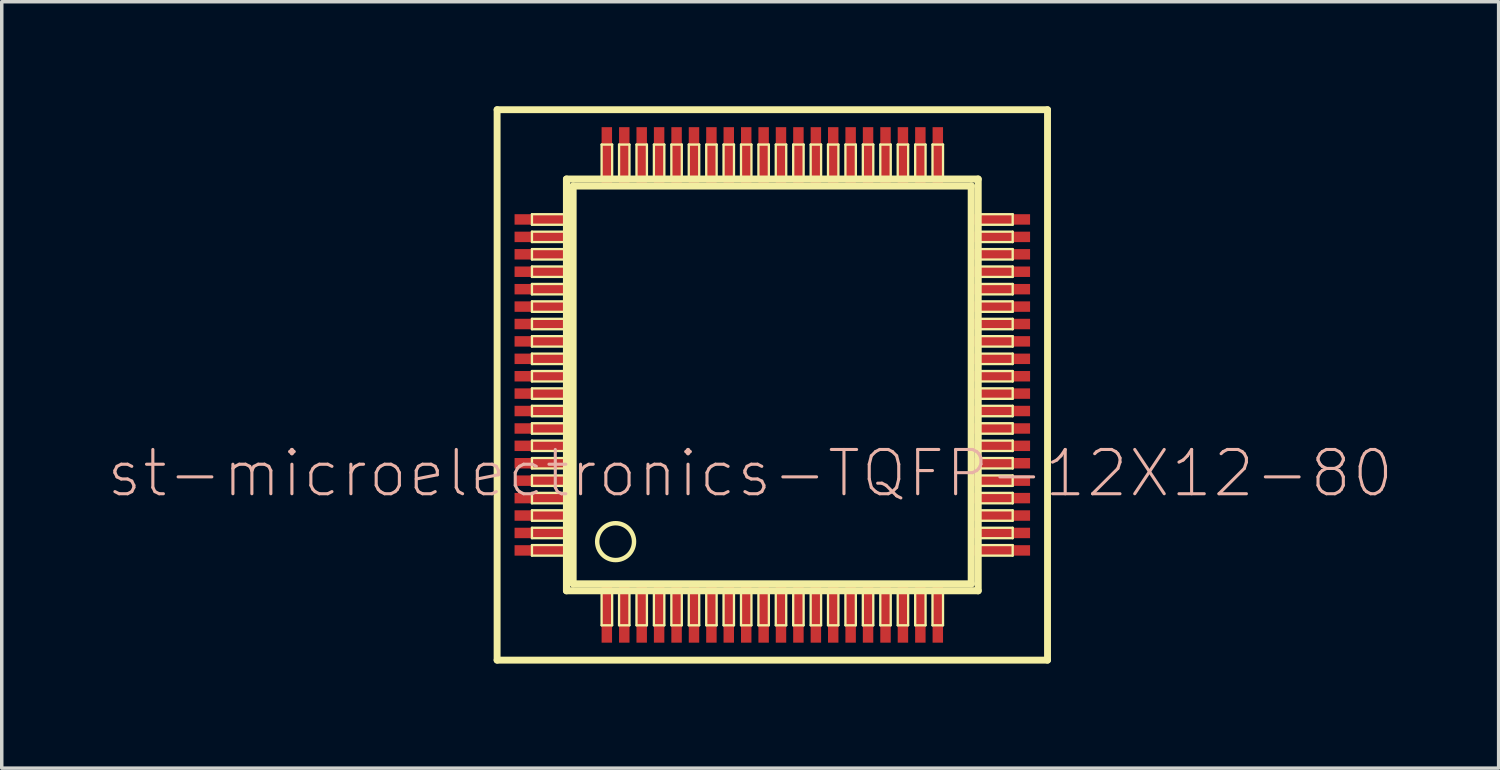
<source format=kicad_pcb>
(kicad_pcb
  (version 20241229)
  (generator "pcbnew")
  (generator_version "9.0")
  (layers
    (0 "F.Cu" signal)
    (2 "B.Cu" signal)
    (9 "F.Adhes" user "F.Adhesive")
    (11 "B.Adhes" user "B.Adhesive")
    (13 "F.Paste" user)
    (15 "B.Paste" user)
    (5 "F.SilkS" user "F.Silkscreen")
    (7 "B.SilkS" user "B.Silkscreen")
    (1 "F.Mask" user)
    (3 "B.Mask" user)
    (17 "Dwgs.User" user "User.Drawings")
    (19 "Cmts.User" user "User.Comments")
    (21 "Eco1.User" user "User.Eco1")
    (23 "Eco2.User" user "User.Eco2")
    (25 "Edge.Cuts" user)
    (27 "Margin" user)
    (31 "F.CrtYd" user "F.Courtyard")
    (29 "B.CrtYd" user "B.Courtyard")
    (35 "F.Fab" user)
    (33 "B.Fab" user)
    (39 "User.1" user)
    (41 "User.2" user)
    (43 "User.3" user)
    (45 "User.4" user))
  (footprint "st-microelectronics-TQFP-12X12-80"
    (layer "F.Cu")
    (at 19.117 7.998)
    (property "Reference" "st-microelectronics-TQFP-12X12-80" (at -0.635 2.54 0) (layer "B.SilkS") (effects (font (size 1.27 1.27) (thickness 0.089))))
    (attr smd)
    (fp_line (start -7.899 -7.899) (end 7.899 -7.899) (stroke (width 0.198) (type solid)) (layer "F.SilkS"))
    (fp_line (start -7.899 7.899) (end -7.899 -7.899) (stroke (width 0.198) (type solid)) (layer "F.SilkS"))
    (fp_line (start -6.899 -4.9) (end -5.949 -4.9) (stroke (width 0.066) (type solid)) (layer "F.SilkS"))
    (fp_line (start -6.899 -4.597) (end -6.899 -4.9) (stroke (width 0.066) (type solid)) (layer "F.SilkS"))
    (fp_line (start -6.899 -4.597) (end -5.949 -4.597) (stroke (width 0.066) (type solid)) (layer "F.SilkS"))
    (fp_line (start -6.899 -4.399) (end -5.949 -4.399) (stroke (width 0.066) (type solid)) (layer "F.SilkS"))
    (fp_line (start -6.899 -4.1) (end -6.899 -4.399) (stroke (width 0.066) (type solid)) (layer "F.SilkS"))
    (fp_line (start -6.899 -4.1) (end -5.949 -4.1) (stroke (width 0.066) (type solid)) (layer "F.SilkS"))
    (fp_line (start -6.899 -3.899) (end -5.949 -3.899) (stroke (width 0.066) (type solid)) (layer "F.SilkS"))
    (fp_line (start -6.899 -3.599) (end -6.899 -3.899) (stroke (width 0.066) (type solid)) (layer "F.SilkS"))
    (fp_line (start -6.899 -3.599) (end -5.949 -3.599) (stroke (width 0.066) (type solid)) (layer "F.SilkS"))
    (fp_line (start -6.899 -3.399) (end -5.949 -3.399) (stroke (width 0.066) (type solid)) (layer "F.SilkS"))
    (fp_line (start -6.899 -3.099) (end -6.899 -3.399) (stroke (width 0.066) (type solid)) (layer "F.SilkS"))
    (fp_line (start -6.899 -3.099) (end -5.949 -3.099) (stroke (width 0.066) (type solid)) (layer "F.SilkS"))
    (fp_line (start -6.899 -2.898) (end -5.949 -2.898) (stroke (width 0.066) (type solid)) (layer "F.SilkS"))
    (fp_line (start -6.899 -2.598) (end -6.899 -2.898) (stroke (width 0.066) (type solid)) (layer "F.SilkS"))
    (fp_line (start -6.899 -2.598) (end -5.949 -2.598) (stroke (width 0.066) (type solid)) (layer "F.SilkS"))
    (fp_line (start -6.899 -2.398) (end -5.949 -2.398) (stroke (width 0.066) (type solid)) (layer "F.SilkS"))
    (fp_line (start -6.899 -2.098) (end -6.899 -2.398) (stroke (width 0.066) (type solid)) (layer "F.SilkS"))
    (fp_line (start -6.899 -2.098) (end -5.949 -2.098) (stroke (width 0.066) (type solid)) (layer "F.SilkS"))
    (fp_line (start -6.899 -1.897) (end -5.949 -1.897) (stroke (width 0.066) (type solid)) (layer "F.SilkS"))
    (fp_line (start -6.899 -1.598) (end -6.899 -1.897) (stroke (width 0.066) (type solid)) (layer "F.SilkS"))
    (fp_line (start -6.899 -1.598) (end -5.949 -1.598) (stroke (width 0.066) (type solid)) (layer "F.SilkS"))
    (fp_line (start -6.899 -1.4) (end -5.949 -1.4) (stroke (width 0.066) (type solid)) (layer "F.SilkS"))
    (fp_line (start -6.899 -1.1) (end -6.899 -1.4) (stroke (width 0.066) (type solid)) (layer "F.SilkS"))
    (fp_line (start -6.899 -1.1) (end -5.949 -1.1) (stroke (width 0.066) (type solid)) (layer "F.SilkS"))
    (fp_line (start -6.899 -0.899) (end -5.949 -0.899) (stroke (width 0.066) (type solid)) (layer "F.SilkS"))
    (fp_line (start -6.899 -0.599) (end -6.899 -0.899) (stroke (width 0.066) (type solid)) (layer "F.SilkS"))
    (fp_line (start -6.899 -0.599) (end -5.949 -0.599) (stroke (width 0.066) (type solid)) (layer "F.SilkS"))
    (fp_line (start -6.899 -0.399) (end -5.949 -0.399) (stroke (width 0.066) (type solid)) (layer "F.SilkS"))
    (fp_line (start -6.899 -0.099) (end -6.899 -0.399) (stroke (width 0.066) (type solid)) (layer "F.SilkS"))
    (fp_line (start -6.899 -0.099) (end -5.949 -0.099) (stroke (width 0.066) (type solid)) (layer "F.SilkS"))
    (fp_line (start -6.899 0.099) (end -5.949 0.099) (stroke (width 0.066) (type solid)) (layer "F.SilkS"))
    (fp_line (start -6.899 0.399) (end -6.899 0.099) (stroke (width 0.066) (type solid)) (layer "F.SilkS"))
    (fp_line (start -6.899 0.399) (end -5.949 0.399) (stroke (width 0.066) (type solid)) (layer "F.SilkS"))
    (fp_line (start -6.899 0.599) (end -5.949 0.599) (stroke (width 0.066) (type solid)) (layer "F.SilkS"))
    (fp_line (start -6.899 0.899) (end -6.899 0.599) (stroke (width 0.066) (type solid)) (layer "F.SilkS"))
    (fp_line (start -6.899 0.899) (end -5.949 0.899) (stroke (width 0.066) (type solid)) (layer "F.SilkS"))
    (fp_line (start -6.899 1.1) (end -5.949 1.1) (stroke (width 0.066) (type solid)) (layer "F.SilkS"))
    (fp_line (start -6.899 1.4) (end -6.899 1.1) (stroke (width 0.066) (type solid)) (layer "F.SilkS"))
    (fp_line (start -6.899 1.4) (end -5.949 1.4) (stroke (width 0.066) (type solid)) (layer "F.SilkS"))
    (fp_line (start -6.899 1.598) (end -5.949 1.598) (stroke (width 0.066) (type solid)) (layer "F.SilkS"))
    (fp_line (start -6.899 1.897) (end -6.899 1.598) (stroke (width 0.066) (type solid)) (layer "F.SilkS"))
    (fp_line (start -6.899 1.897) (end -5.949 1.897) (stroke (width 0.066) (type solid)) (layer "F.SilkS"))
    (fp_line (start -6.899 2.098) (end -5.949 2.098) (stroke (width 0.066) (type solid)) (layer "F.SilkS"))
    (fp_line (start -6.899 2.398) (end -6.899 2.098) (stroke (width 0.066) (type solid)) (layer "F.SilkS"))
    (fp_line (start -6.899 2.398) (end -5.949 2.398) (stroke (width 0.066) (type solid)) (layer "F.SilkS"))
    (fp_line (start -6.899 2.598) (end -5.949 2.598) (stroke (width 0.066) (type solid)) (layer "F.SilkS"))
    (fp_line (start -6.899 2.898) (end -6.899 2.598) (stroke (width 0.066) (type solid)) (layer "F.SilkS"))
    (fp_line (start -6.899 2.898) (end -5.949 2.898) (stroke (width 0.066) (type solid)) (layer "F.SilkS"))
    (fp_line (start -6.899 3.099) (end -5.949 3.099) (stroke (width 0.066) (type solid)) (layer "F.SilkS"))
    (fp_line (start -6.899 3.399) (end -6.899 3.099) (stroke (width 0.066) (type solid)) (layer "F.SilkS"))
    (fp_line (start -6.899 3.399) (end -5.949 3.399) (stroke (width 0.066) (type solid)) (layer "F.SilkS"))
    (fp_line (start -6.899 3.599) (end -5.949 3.599) (stroke (width 0.066) (type solid)) (layer "F.SilkS"))
    (fp_line (start -6.899 3.899) (end -6.899 3.599) (stroke (width 0.066) (type solid)) (layer "F.SilkS"))
    (fp_line (start -6.899 3.899) (end -5.949 3.899) (stroke (width 0.066) (type solid)) (layer "F.SilkS"))
    (fp_line (start -6.899 4.1) (end -5.949 4.1) (stroke (width 0.066) (type solid)) (layer "F.SilkS"))
    (fp_line (start -6.899 4.399) (end -6.899 4.1) (stroke (width 0.066) (type solid)) (layer "F.SilkS"))
    (fp_line (start -6.899 4.399) (end -5.949 4.399) (stroke (width 0.066) (type solid)) (layer "F.SilkS"))
    (fp_line (start -6.899 4.597) (end -5.949 4.597) (stroke (width 0.066) (type solid)) (layer "F.SilkS"))
    (fp_line (start -6.899 4.9) (end -6.899 4.597) (stroke (width 0.066) (type solid)) (layer "F.SilkS"))
    (fp_line (start -6.899 4.9) (end -5.949 4.9) (stroke (width 0.066) (type solid)) (layer "F.SilkS"))
    (fp_line (start -5.949 -4.597) (end -5.949 -4.9) (stroke (width 0.066) (type solid)) (layer "F.SilkS"))
    (fp_line (start -5.949 -4.1) (end -5.949 -4.399) (stroke (width 0.066) (type solid)) (layer "F.SilkS"))
    (fp_line (start -5.949 -3.599) (end -5.949 -3.899) (stroke (width 0.066) (type solid)) (layer "F.SilkS"))
    (fp_line (start -5.949 -3.099) (end -5.949 -3.399) (stroke (width 0.066) (type solid)) (layer "F.SilkS"))
    (fp_line (start -5.949 -2.598) (end -5.949 -2.898) (stroke (width 0.066) (type solid)) (layer "F.SilkS"))
    (fp_line (start -5.949 -2.098) (end -5.949 -2.398) (stroke (width 0.066) (type solid)) (layer "F.SilkS"))
    (fp_line (start -5.949 -1.598) (end -5.949 -1.897) (stroke (width 0.066) (type solid)) (layer "F.SilkS"))
    (fp_line (start -5.949 -1.1) (end -5.949 -1.4) (stroke (width 0.066) (type solid)) (layer "F.SilkS"))
    (fp_line (start -5.949 -0.599) (end -5.949 -0.899) (stroke (width 0.066) (type solid)) (layer "F.SilkS"))
    (fp_line (start -5.949 -0.099) (end -5.949 -0.399) (stroke (width 0.066) (type solid)) (layer "F.SilkS"))
    (fp_line (start -5.949 0.399) (end -5.949 0.099) (stroke (width 0.066) (type solid)) (layer "F.SilkS"))
    (fp_line (start -5.949 0.899) (end -5.949 0.599) (stroke (width 0.066) (type solid)) (layer "F.SilkS"))
    (fp_line (start -5.949 1.4) (end -5.949 1.1) (stroke (width 0.066) (type solid)) (layer "F.SilkS"))
    (fp_line (start -5.949 1.897) (end -5.949 1.598) (stroke (width 0.066) (type solid)) (layer "F.SilkS"))
    (fp_line (start -5.949 2.398) (end -5.949 2.098) (stroke (width 0.066) (type solid)) (layer "F.SilkS"))
    (fp_line (start -5.949 2.898) (end -5.949 2.598) (stroke (width 0.066) (type solid)) (layer "F.SilkS"))
    (fp_line (start -5.949 3.399) (end -5.949 3.099) (stroke (width 0.066) (type solid)) (layer "F.SilkS"))
    (fp_line (start -5.949 3.899) (end -5.949 3.599) (stroke (width 0.066) (type solid)) (layer "F.SilkS"))
    (fp_line (start -5.949 4.399) (end -5.949 4.1) (stroke (width 0.066) (type solid)) (layer "F.SilkS"))
    (fp_line (start -5.949 4.9) (end -5.949 4.597) (stroke (width 0.066) (type solid)) (layer "F.SilkS"))
    (fp_line (start -5.908 -5.908) (end -5.908 5.908) (stroke (width 0.203) (type solid)) (layer "F.SilkS"))
    (fp_line (start -5.908 5.908) (end 5.908 5.908) (stroke (width 0.203) (type solid)) (layer "F.SilkS"))
    (fp_line (start -5.718 -5.71) (end 5.71 -5.71) (stroke (width 0.203) (type solid)) (layer "F.SilkS"))
    (fp_line (start -5.718 5.71) (end -5.718 -5.71) (stroke (width 0.203) (type solid)) (layer "F.SilkS"))
    (fp_line (start -4.9 -6.899) (end -4.597 -6.899) (stroke (width 0.066) (type solid)) (layer "F.SilkS"))
    (fp_line (start -4.9 -5.949) (end -4.9 -6.899) (stroke (width 0.066) (type solid)) (layer "F.SilkS"))
    (fp_line (start -4.9 -5.949) (end -4.597 -5.949) (stroke (width 0.066) (type solid)) (layer "F.SilkS"))
    (fp_line (start -4.9 5.949) (end -4.597 5.949) (stroke (width 0.066) (type solid)) (layer "F.SilkS"))
    (fp_line (start -4.9 6.899) (end -4.9 5.949) (stroke (width 0.066) (type solid)) (layer "F.SilkS"))
    (fp_line (start -4.9 6.899) (end -4.597 6.899) (stroke (width 0.066) (type solid)) (layer "F.SilkS"))
    (fp_line (start -4.597 -5.949) (end -4.597 -6.899) (stroke (width 0.066) (type solid)) (layer "F.SilkS"))
    (fp_line (start -4.597 6.899) (end -4.597 5.949) (stroke (width 0.066) (type solid)) (layer "F.SilkS"))
    (fp_line (start -4.399 -6.899) (end -4.1 -6.899) (stroke (width 0.066) (type solid)) (layer "F.SilkS"))
    (fp_line (start -4.399 -5.949) (end -4.399 -6.899) (stroke (width 0.066) (type solid)) (layer "F.SilkS"))
    (fp_line (start -4.399 -5.949) (end -4.1 -5.949) (stroke (width 0.066) (type solid)) (layer "F.SilkS"))
    (fp_line (start -4.399 5.949) (end -4.1 5.949) (stroke (width 0.066) (type solid)) (layer "F.SilkS"))
    (fp_line (start -4.399 6.899) (end -4.399 5.949) (stroke (width 0.066) (type solid)) (layer "F.SilkS"))
    (fp_line (start -4.399 6.899) (end -4.1 6.899) (stroke (width 0.066) (type solid)) (layer "F.SilkS"))
    (fp_line (start -4.1 -5.949) (end -4.1 -6.899) (stroke (width 0.066) (type solid)) (layer "F.SilkS"))
    (fp_line (start -4.1 6.899) (end -4.1 5.949) (stroke (width 0.066) (type solid)) (layer "F.SilkS"))
    (fp_line (start -3.899 -6.899) (end -3.599 -6.899) (stroke (width 0.066) (type solid)) (layer "F.SilkS"))
    (fp_line (start -3.899 -5.949) (end -3.899 -6.899) (stroke (width 0.066) (type solid)) (layer "F.SilkS"))
    (fp_line (start -3.899 -5.949) (end -3.599 -5.949) (stroke (width 0.066) (type solid)) (layer "F.SilkS"))
    (fp_line (start -3.899 5.949) (end -3.599 5.949) (stroke (width 0.066) (type solid)) (layer "F.SilkS"))
    (fp_line (start -3.899 6.899) (end -3.899 5.949) (stroke (width 0.066) (type solid)) (layer "F.SilkS"))
    (fp_line (start -3.899 6.899) (end -3.599 6.899) (stroke (width 0.066) (type solid)) (layer "F.SilkS"))
    (fp_line (start -3.599 -5.949) (end -3.599 -6.899) (stroke (width 0.066) (type solid)) (layer "F.SilkS"))
    (fp_line (start -3.599 6.899) (end -3.599 5.949) (stroke (width 0.066) (type solid)) (layer "F.SilkS"))
    (fp_line (start -3.399 -6.899) (end -3.099 -6.899) (stroke (width 0.066) (type solid)) (layer "F.SilkS"))
    (fp_line (start -3.399 -5.949) (end -3.399 -6.899) (stroke (width 0.066) (type solid)) (layer "F.SilkS"))
    (fp_line (start -3.399 -5.949) (end -3.099 -5.949) (stroke (width 0.066) (type solid)) (layer "F.SilkS"))
    (fp_line (start -3.399 5.949) (end -3.099 5.949) (stroke (width 0.066) (type solid)) (layer "F.SilkS"))
    (fp_line (start -3.399 6.899) (end -3.399 5.949) (stroke (width 0.066) (type solid)) (layer "F.SilkS"))
    (fp_line (start -3.399 6.899) (end -3.099 6.899) (stroke (width 0.066) (type solid)) (layer "F.SilkS"))
    (fp_line (start -3.099 -5.949) (end -3.099 -6.899) (stroke (width 0.066) (type solid)) (layer "F.SilkS"))
    (fp_line (start -3.099 6.899) (end -3.099 5.949) (stroke (width 0.066) (type solid)) (layer "F.SilkS"))
    (fp_line (start -2.898 -6.899) (end -2.598 -6.899) (stroke (width 0.066) (type solid)) (layer "F.SilkS"))
    (fp_line (start -2.898 -5.949) (end -2.898 -6.899) (stroke (width 0.066) (type solid)) (layer "F.SilkS"))
    (fp_line (start -2.898 -5.949) (end -2.598 -5.949) (stroke (width 0.066) (type solid)) (layer "F.SilkS"))
    (fp_line (start -2.898 5.949) (end -2.598 5.949) (stroke (width 0.066) (type solid)) (layer "F.SilkS"))
    (fp_line (start -2.898 6.899) (end -2.898 5.949) (stroke (width 0.066) (type solid)) (layer "F.SilkS"))
    (fp_line (start -2.898 6.899) (end -2.598 6.899) (stroke (width 0.066) (type solid)) (layer "F.SilkS"))
    (fp_line (start -2.598 -5.949) (end -2.598 -6.899) (stroke (width 0.066) (type solid)) (layer "F.SilkS"))
    (fp_line (start -2.598 6.899) (end -2.598 5.949) (stroke (width 0.066) (type solid)) (layer "F.SilkS"))
    (fp_line (start -2.398 -6.899) (end -2.098 -6.899) (stroke (width 0.066) (type solid)) (layer "F.SilkS"))
    (fp_line (start -2.398 -5.949) (end -2.398 -6.899) (stroke (width 0.066) (type solid)) (layer "F.SilkS"))
    (fp_line (start -2.398 -5.949) (end -2.098 -5.949) (stroke (width 0.066) (type solid)) (layer "F.SilkS"))
    (fp_line (start -2.398 5.949) (end -2.098 5.949) (stroke (width 0.066) (type solid)) (layer "F.SilkS"))
    (fp_line (start -2.398 6.899) (end -2.398 5.949) (stroke (width 0.066) (type solid)) (layer "F.SilkS"))
    (fp_line (start -2.398 6.899) (end -2.098 6.899) (stroke (width 0.066) (type solid)) (layer "F.SilkS"))
    (fp_line (start -2.098 -5.949) (end -2.098 -6.899) (stroke (width 0.066) (type solid)) (layer "F.SilkS"))
    (fp_line (start -2.098 6.899) (end -2.098 5.949) (stroke (width 0.066) (type solid)) (layer "F.SilkS"))
    (fp_line (start -1.897 -6.899) (end -1.598 -6.899) (stroke (width 0.066) (type solid)) (layer "F.SilkS"))
    (fp_line (start -1.897 -5.949) (end -1.897 -6.899) (stroke (width 0.066) (type solid)) (layer "F.SilkS"))
    (fp_line (start -1.897 -5.949) (end -1.598 -5.949) (stroke (width 0.066) (type solid)) (layer "F.SilkS"))
    (fp_line (start -1.897 5.949) (end -1.598 5.949) (stroke (width 0.066) (type solid)) (layer "F.SilkS"))
    (fp_line (start -1.897 6.899) (end -1.897 5.949) (stroke (width 0.066) (type solid)) (layer "F.SilkS"))
    (fp_line (start -1.897 6.899) (end -1.598 6.899) (stroke (width 0.066) (type solid)) (layer "F.SilkS"))
    (fp_line (start -1.598 -5.949) (end -1.598 -6.899) (stroke (width 0.066) (type solid)) (layer "F.SilkS"))
    (fp_line (start -1.598 6.899) (end -1.598 5.949) (stroke (width 0.066) (type solid)) (layer "F.SilkS"))
    (fp_line (start -1.4 -6.899) (end -1.1 -6.899) (stroke (width 0.066) (type solid)) (layer "F.SilkS"))
    (fp_line (start -1.4 -5.949) (end -1.4 -6.899) (stroke (width 0.066) (type solid)) (layer "F.SilkS"))
    (fp_line (start -1.4 -5.949) (end -1.1 -5.949) (stroke (width 0.066) (type solid)) (layer "F.SilkS"))
    (fp_line (start -1.4 5.949) (end -1.1 5.949) (stroke (width 0.066) (type solid)) (layer "F.SilkS"))
    (fp_line (start -1.4 6.899) (end -1.4 5.949) (stroke (width 0.066) (type solid)) (layer "F.SilkS"))
    (fp_line (start -1.4 6.899) (end -1.1 6.899) (stroke (width 0.066) (type solid)) (layer "F.SilkS"))
    (fp_line (start -1.1 -5.949) (end -1.1 -6.899) (stroke (width 0.066) (type solid)) (layer "F.SilkS"))
    (fp_line (start -1.1 6.899) (end -1.1 5.949) (stroke (width 0.066) (type solid)) (layer "F.SilkS"))
    (fp_line (start -0.899 -6.899) (end -0.599 -6.899) (stroke (width 0.066) (type solid)) (layer "F.SilkS"))
    (fp_line (start -0.899 -5.949) (end -0.899 -6.899) (stroke (width 0.066) (type solid)) (layer "F.SilkS"))
    (fp_line (start -0.899 -5.949) (end -0.599 -5.949) (stroke (width 0.066) (type solid)) (layer "F.SilkS"))
    (fp_line (start -0.899 5.949) (end -0.599 5.949) (stroke (width 0.066) (type solid)) (layer "F.SilkS"))
    (fp_line (start -0.899 6.899) (end -0.899 5.949) (stroke (width 0.066) (type solid)) (layer "F.SilkS"))
    (fp_line (start -0.899 6.899) (end -0.599 6.899) (stroke (width 0.066) (type solid)) (layer "F.SilkS"))
    (fp_line (start -0.599 -5.949) (end -0.599 -6.899) (stroke (width 0.066) (type solid)) (layer "F.SilkS"))
    (fp_line (start -0.599 6.899) (end -0.599 5.949) (stroke (width 0.066) (type solid)) (layer "F.SilkS"))
    (fp_line (start -0.399 -6.899) (end -0.099 -6.899) (stroke (width 0.066) (type solid)) (layer "F.SilkS"))
    (fp_line (start -0.399 -5.949) (end -0.399 -6.899) (stroke (width 0.066) (type solid)) (layer "F.SilkS"))
    (fp_line (start -0.399 -5.949) (end -0.099 -5.949) (stroke (width 0.066) (type solid)) (layer "F.SilkS"))
    (fp_line (start -0.399 5.949) (end -0.099 5.949) (stroke (width 0.066) (type solid)) (layer "F.SilkS"))
    (fp_line (start -0.399 6.899) (end -0.399 5.949) (stroke (width 0.066) (type solid)) (layer "F.SilkS"))
    (fp_line (start -0.399 6.899) (end -0.099 6.899) (stroke (width 0.066) (type solid)) (layer "F.SilkS"))
    (fp_line (start -0.099 -5.949) (end -0.099 -6.899) (stroke (width 0.066) (type solid)) (layer "F.SilkS"))
    (fp_line (start -0.099 6.899) (end -0.099 5.949) (stroke (width 0.066) (type solid)) (layer "F.SilkS"))
    (fp_line (start 0.099 -6.899) (end 0.399 -6.899) (stroke (width 0.066) (type solid)) (layer "F.SilkS"))
    (fp_line (start 0.099 -5.949) (end 0.099 -6.899) (stroke (width 0.066) (type solid)) (layer "F.SilkS"))
    (fp_line (start 0.099 -5.949) (end 0.399 -5.949) (stroke (width 0.066) (type solid)) (layer "F.SilkS"))
    (fp_line (start 0.099 5.949) (end 0.399 5.949) (stroke (width 0.066) (type solid)) (layer "F.SilkS"))
    (fp_line (start 0.099 6.899) (end 0.099 5.949) (stroke (width 0.066) (type solid)) (layer "F.SilkS"))
    (fp_line (start 0.099 6.899) (end 0.399 6.899) (stroke (width 0.066) (type solid)) (layer "F.SilkS"))
    (fp_line (start 0.399 -5.949) (end 0.399 -6.899) (stroke (width 0.066) (type solid)) (layer "F.SilkS"))
    (fp_line (start 0.399 6.899) (end 0.399 5.949) (stroke (width 0.066) (type solid)) (layer "F.SilkS"))
    (fp_line (start 0.599 -6.899) (end 0.899 -6.899) (stroke (width 0.066) (type solid)) (layer "F.SilkS"))
    (fp_line (start 0.599 -5.949) (end 0.599 -6.899) (stroke (width 0.066) (type solid)) (layer "F.SilkS"))
    (fp_line (start 0.599 -5.949) (end 0.899 -5.949) (stroke (width 0.066) (type solid)) (layer "F.SilkS"))
    (fp_line (start 0.599 5.949) (end 0.899 5.949) (stroke (width 0.066) (type solid)) (layer "F.SilkS"))
    (fp_line (start 0.599 6.899) (end 0.599 5.949) (stroke (width 0.066) (type solid)) (layer "F.SilkS"))
    (fp_line (start 0.599 6.899) (end 0.899 6.899) (stroke (width 0.066) (type solid)) (layer "F.SilkS"))
    (fp_line (start 0.899 -5.949) (end 0.899 -6.899) (stroke (width 0.066) (type solid)) (layer "F.SilkS"))
    (fp_line (start 0.899 6.899) (end 0.899 5.949) (stroke (width 0.066) (type solid)) (layer "F.SilkS"))
    (fp_line (start 1.1 -6.899) (end 1.4 -6.899) (stroke (width 0.066) (type solid)) (layer "F.SilkS"))
    (fp_line (start 1.1 -5.949) (end 1.1 -6.899) (stroke (width 0.066) (type solid)) (layer "F.SilkS"))
    (fp_line (start 1.1 -5.949) (end 1.4 -5.949) (stroke (width 0.066) (type solid)) (layer "F.SilkS"))
    (fp_line (start 1.1 5.949) (end 1.4 5.949) (stroke (width 0.066) (type solid)) (layer "F.SilkS"))
    (fp_line (start 1.1 6.899) (end 1.1 5.949) (stroke (width 0.066) (type solid)) (layer "F.SilkS"))
    (fp_line (start 1.1 6.899) (end 1.4 6.899) (stroke (width 0.066) (type solid)) (layer "F.SilkS"))
    (fp_line (start 1.4 -5.949) (end 1.4 -6.899) (stroke (width 0.066) (type solid)) (layer "F.SilkS"))
    (fp_line (start 1.4 6.899) (end 1.4 5.949) (stroke (width 0.066) (type solid)) (layer "F.SilkS"))
    (fp_line (start 1.598 -6.899) (end 1.897 -6.899) (stroke (width 0.066) (type solid)) (layer "F.SilkS"))
    (fp_line (start 1.598 -5.949) (end 1.598 -6.899) (stroke (width 0.066) (type solid)) (layer "F.SilkS"))
    (fp_line (start 1.598 -5.949) (end 1.897 -5.949) (stroke (width 0.066) (type solid)) (layer "F.SilkS"))
    (fp_line (start 1.598 5.949) (end 1.897 5.949) (stroke (width 0.066) (type solid)) (layer "F.SilkS"))
    (fp_line (start 1.598 6.899) (end 1.598 5.949) (stroke (width 0.066) (type solid)) (layer "F.SilkS"))
    (fp_line (start 1.598 6.899) (end 1.897 6.899) (stroke (width 0.066) (type solid)) (layer "F.SilkS"))
    (fp_line (start 1.897 -5.949) (end 1.897 -6.899) (stroke (width 0.066) (type solid)) (layer "F.SilkS"))
    (fp_line (start 1.897 6.899) (end 1.897 5.949) (stroke (width 0.066) (type solid)) (layer "F.SilkS"))
    (fp_line (start 2.098 -6.899) (end 2.398 -6.899) (stroke (width 0.066) (type solid)) (layer "F.SilkS"))
    (fp_line (start 2.098 -5.949) (end 2.098 -6.899) (stroke (width 0.066) (type solid)) (layer "F.SilkS"))
    (fp_line (start 2.098 -5.949) (end 2.398 -5.949) (stroke (width 0.066) (type solid)) (layer "F.SilkS"))
    (fp_line (start 2.098 5.949) (end 2.398 5.949) (stroke (width 0.066) (type solid)) (layer "F.SilkS"))
    (fp_line (start 2.098 6.899) (end 2.098 5.949) (stroke (width 0.066) (type solid)) (layer "F.SilkS"))
    (fp_line (start 2.098 6.899) (end 2.398 6.899) (stroke (width 0.066) (type solid)) (layer "F.SilkS"))
    (fp_line (start 2.398 -5.949) (end 2.398 -6.899) (stroke (width 0.066) (type solid)) (layer "F.SilkS"))
    (fp_line (start 2.398 6.899) (end 2.398 5.949) (stroke (width 0.066) (type solid)) (layer "F.SilkS"))
    (fp_line (start 2.598 -6.899) (end 2.898 -6.899) (stroke (width 0.066) (type solid)) (layer "F.SilkS"))
    (fp_line (start 2.598 -5.949) (end 2.598 -6.899) (stroke (width 0.066) (type solid)) (layer "F.SilkS"))
    (fp_line (start 2.598 -5.949) (end 2.898 -5.949) (stroke (width 0.066) (type solid)) (layer "F.SilkS"))
    (fp_line (start 2.598 5.949) (end 2.898 5.949) (stroke (width 0.066) (type solid)) (layer "F.SilkS"))
    (fp_line (start 2.598 6.899) (end 2.598 5.949) (stroke (width 0.066) (type solid)) (layer "F.SilkS"))
    (fp_line (start 2.598 6.899) (end 2.898 6.899) (stroke (width 0.066) (type solid)) (layer "F.SilkS"))
    (fp_line (start 2.898 -5.949) (end 2.898 -6.899) (stroke (width 0.066) (type solid)) (layer "F.SilkS"))
    (fp_line (start 2.898 6.899) (end 2.898 5.949) (stroke (width 0.066) (type solid)) (layer "F.SilkS"))
    (fp_line (start 3.099 -6.899) (end 3.399 -6.899) (stroke (width 0.066) (type solid)) (layer "F.SilkS"))
    (fp_line (start 3.099 -5.949) (end 3.099 -6.899) (stroke (width 0.066) (type solid)) (layer "F.SilkS"))
    (fp_line (start 3.099 -5.949) (end 3.399 -5.949) (stroke (width 0.066) (type solid)) (layer "F.SilkS"))
    (fp_line (start 3.099 5.949) (end 3.399 5.949) (stroke (width 0.066) (type solid)) (layer "F.SilkS"))
    (fp_line (start 3.099 6.899) (end 3.099 5.949) (stroke (width 0.066) (type solid)) (layer "F.SilkS"))
    (fp_line (start 3.099 6.899) (end 3.399 6.899) (stroke (width 0.066) (type solid)) (layer "F.SilkS"))
    (fp_line (start 3.399 -5.949) (end 3.399 -6.899) (stroke (width 0.066) (type solid)) (layer "F.SilkS"))
    (fp_line (start 3.399 6.899) (end 3.399 5.949) (stroke (width 0.066) (type solid)) (layer "F.SilkS"))
    (fp_line (start 3.599 -6.899) (end 3.899 -6.899) (stroke (width 0.066) (type solid)) (layer "F.SilkS"))
    (fp_line (start 3.599 -5.949) (end 3.599 -6.899) (stroke (width 0.066) (type solid)) (layer "F.SilkS"))
    (fp_line (start 3.599 -5.949) (end 3.899 -5.949) (stroke (width 0.066) (type solid)) (layer "F.SilkS"))
    (fp_line (start 3.599 5.949) (end 3.899 5.949) (stroke (width 0.066) (type solid)) (layer "F.SilkS"))
    (fp_line (start 3.599 6.899) (end 3.599 5.949) (stroke (width 0.066) (type solid)) (layer "F.SilkS"))
    (fp_line (start 3.599 6.899) (end 3.899 6.899) (stroke (width 0.066) (type solid)) (layer "F.SilkS"))
    (fp_line (start 3.899 -5.949) (end 3.899 -6.899) (stroke (width 0.066) (type solid)) (layer "F.SilkS"))
    (fp_line (start 3.899 6.899) (end 3.899 5.949) (stroke (width 0.066) (type solid)) (layer "F.SilkS"))
    (fp_line (start 4.1 -6.899) (end 4.399 -6.899) (stroke (width 0.066) (type solid)) (layer "F.SilkS"))
    (fp_line (start 4.1 -5.949) (end 4.1 -6.899) (stroke (width 0.066) (type solid)) (layer "F.SilkS"))
    (fp_line (start 4.1 -5.949) (end 4.399 -5.949) (stroke (width 0.066) (type solid)) (layer "F.SilkS"))
    (fp_line (start 4.1 5.949) (end 4.399 5.949) (stroke (width 0.066) (type solid)) (layer "F.SilkS"))
    (fp_line (start 4.1 6.899) (end 4.1 5.949) (stroke (width 0.066) (type solid)) (layer "F.SilkS"))
    (fp_line (start 4.1 6.899) (end 4.399 6.899) (stroke (width 0.066) (type solid)) (layer "F.SilkS"))
    (fp_line (start 4.399 -5.949) (end 4.399 -6.899) (stroke (width 0.066) (type solid)) (layer "F.SilkS"))
    (fp_line (start 4.399 6.899) (end 4.399 5.949) (stroke (width 0.066) (type solid)) (layer "F.SilkS"))
    (fp_line (start 4.597 -6.899) (end 4.9 -6.899) (stroke (width 0.066) (type solid)) (layer "F.SilkS"))
    (fp_line (start 4.597 -5.949) (end 4.597 -6.899) (stroke (width 0.066) (type solid)) (layer "F.SilkS"))
    (fp_line (start 4.597 -5.949) (end 4.9 -5.949) (stroke (width 0.066) (type solid)) (layer "F.SilkS"))
    (fp_line (start 4.597 5.949) (end 4.9 5.949) (stroke (width 0.066) (type solid)) (layer "F.SilkS"))
    (fp_line (start 4.597 6.899) (end 4.597 5.949) (stroke (width 0.066) (type solid)) (layer "F.SilkS"))
    (fp_line (start 4.597 6.899) (end 4.9 6.899) (stroke (width 0.066) (type solid)) (layer "F.SilkS"))
    (fp_line (start 4.9 -5.949) (end 4.9 -6.899) (stroke (width 0.066) (type solid)) (layer "F.SilkS"))
    (fp_line (start 4.9 6.899) (end 4.9 5.949) (stroke (width 0.066) (type solid)) (layer "F.SilkS"))
    (fp_line (start 5.71 -5.71) (end 5.71 5.71) (stroke (width 0.203) (type solid)) (layer "F.SilkS"))
    (fp_line (start 5.71 5.71) (end -5.718 5.71) (stroke (width 0.203) (type solid)) (layer "F.SilkS"))
    (fp_line (start 5.908 -5.908) (end -5.908 -5.908) (stroke (width 0.203) (type solid)) (layer "F.SilkS"))
    (fp_line (start 5.908 5.908) (end 5.908 -5.908) (stroke (width 0.203) (type solid)) (layer "F.SilkS"))
    (fp_line (start 5.949 -4.9) (end 6.899 -4.9) (stroke (width 0.066) (type solid)) (layer "F.SilkS"))
    (fp_line (start 5.949 -4.597) (end 5.949 -4.9) (stroke (width 0.066) (type solid)) (layer "F.SilkS"))
    (fp_line (start 5.949 -4.597) (end 6.899 -4.597) (stroke (width 0.066) (type solid)) (layer "F.SilkS"))
    (fp_line (start 5.949 -4.399) (end 6.899 -4.399) (stroke (width 0.066) (type solid)) (layer "F.SilkS"))
    (fp_line (start 5.949 -4.1) (end 5.949 -4.399) (stroke (width 0.066) (type solid)) (layer "F.SilkS"))
    (fp_line (start 5.949 -4.1) (end 6.899 -4.1) (stroke (width 0.066) (type solid)) (layer "F.SilkS"))
    (fp_line (start 5.949 -3.899) (end 6.899 -3.899) (stroke (width 0.066) (type solid)) (layer "F.SilkS"))
    (fp_line (start 5.949 -3.599) (end 5.949 -3.899) (stroke (width 0.066) (type solid)) (layer "F.SilkS"))
    (fp_line (start 5.949 -3.599) (end 6.899 -3.599) (stroke (width 0.066) (type solid)) (layer "F.SilkS"))
    (fp_line (start 5.949 -3.399) (end 6.899 -3.399) (stroke (width 0.066) (type solid)) (layer "F.SilkS"))
    (fp_line (start 5.949 -3.099) (end 5.949 -3.399) (stroke (width 0.066) (type solid)) (layer "F.SilkS"))
    (fp_line (start 5.949 -3.099) (end 6.899 -3.099) (stroke (width 0.066) (type solid)) (layer "F.SilkS"))
    (fp_line (start 5.949 -2.898) (end 6.899 -2.898) (stroke (width 0.066) (type solid)) (layer "F.SilkS"))
    (fp_line (start 5.949 -2.598) (end 5.949 -2.898) (stroke (width 0.066) (type solid)) (layer "F.SilkS"))
    (fp_line (start 5.949 -2.598) (end 6.899 -2.598) (stroke (width 0.066) (type solid)) (layer "F.SilkS"))
    (fp_line (start 5.949 -2.398) (end 6.899 -2.398) (stroke (width 0.066) (type solid)) (layer "F.SilkS"))
    (fp_line (start 5.949 -2.098) (end 5.949 -2.398) (stroke (width 0.066) (type solid)) (layer "F.SilkS"))
    (fp_line (start 5.949 -2.098) (end 6.899 -2.098) (stroke (width 0.066) (type solid)) (layer "F.SilkS"))
    (fp_line (start 5.949 -1.897) (end 6.899 -1.897) (stroke (width 0.066) (type solid)) (layer "F.SilkS"))
    (fp_line (start 5.949 -1.598) (end 5.949 -1.897) (stroke (width 0.066) (type solid)) (layer "F.SilkS"))
    (fp_line (start 5.949 -1.598) (end 6.899 -1.598) (stroke (width 0.066) (type solid)) (layer "F.SilkS"))
    (fp_line (start 5.949 -1.4) (end 6.899 -1.4) (stroke (width 0.066) (type solid)) (layer "F.SilkS"))
    (fp_line (start 5.949 -1.1) (end 5.949 -1.4) (stroke (width 0.066) (type solid)) (layer "F.SilkS"))
    (fp_line (start 5.949 -1.1) (end 6.899 -1.1) (stroke (width 0.066) (type solid)) (layer "F.SilkS"))
    (fp_line (start 5.949 -0.899) (end 6.899 -0.899) (stroke (width 0.066) (type solid)) (layer "F.SilkS"))
    (fp_line (start 5.949 -0.599) (end 5.949 -0.899) (stroke (width 0.066) (type solid)) (layer "F.SilkS"))
    (fp_line (start 5.949 -0.599) (end 6.899 -0.599) (stroke (width 0.066) (type solid)) (layer "F.SilkS"))
    (fp_line (start 5.949 -0.399) (end 6.899 -0.399) (stroke (width 0.066) (type solid)) (layer "F.SilkS"))
    (fp_line (start 5.949 -0.099) (end 5.949 -0.399) (stroke (width 0.066) (type solid)) (layer "F.SilkS"))
    (fp_line (start 5.949 -0.099) (end 6.899 -0.099) (stroke (width 0.066) (type solid)) (layer "F.SilkS"))
    (fp_line (start 5.949 0.099) (end 6.899 0.099) (stroke (width 0.066) (type solid)) (layer "F.SilkS"))
    (fp_line (start 5.949 0.399) (end 5.949 0.099) (stroke (width 0.066) (type solid)) (layer "F.SilkS"))
    (fp_line (start 5.949 0.399) (end 6.899 0.399) (stroke (width 0.066) (type solid)) (layer "F.SilkS"))
    (fp_line (start 5.949 0.599) (end 6.899 0.599) (stroke (width 0.066) (type solid)) (layer "F.SilkS"))
    (fp_line (start 5.949 0.899) (end 5.949 0.599) (stroke (width 0.066) (type solid)) (layer "F.SilkS"))
    (fp_line (start 5.949 0.899) (end 6.899 0.899) (stroke (width 0.066) (type solid)) (layer "F.SilkS"))
    (fp_line (start 5.949 1.1) (end 6.899 1.1) (stroke (width 0.066) (type solid)) (layer "F.SilkS"))
    (fp_line (start 5.949 1.4) (end 5.949 1.1) (stroke (width 0.066) (type solid)) (layer "F.SilkS"))
    (fp_line (start 5.949 1.4) (end 6.899 1.4) (stroke (width 0.066) (type solid)) (layer "F.SilkS"))
    (fp_line (start 5.949 1.598) (end 6.899 1.598) (stroke (width 0.066) (type solid)) (layer "F.SilkS"))
    (fp_line (start 5.949 1.897) (end 5.949 1.598) (stroke (width 0.066) (type solid)) (layer "F.SilkS"))
    (fp_line (start 5.949 1.897) (end 6.899 1.897) (stroke (width 0.066) (type solid)) (layer "F.SilkS"))
    (fp_line (start 5.949 2.098) (end 6.899 2.098) (stroke (width 0.066) (type solid)) (layer "F.SilkS"))
    (fp_line (start 5.949 2.398) (end 5.949 2.098) (stroke (width 0.066) (type solid)) (layer "F.SilkS"))
    (fp_line (start 5.949 2.398) (end 6.899 2.398) (stroke (width 0.066) (type solid)) (layer "F.SilkS"))
    (fp_line (start 5.949 2.598) (end 6.899 2.598) (stroke (width 0.066) (type solid)) (layer "F.SilkS"))
    (fp_line (start 5.949 2.898) (end 5.949 2.598) (stroke (width 0.066) (type solid)) (layer "F.SilkS"))
    (fp_line (start 5.949 2.898) (end 6.899 2.898) (stroke (width 0.066) (type solid)) (layer "F.SilkS"))
    (fp_line (start 5.949 3.099) (end 6.899 3.099) (stroke (width 0.066) (type solid)) (layer "F.SilkS"))
    (fp_line (start 5.949 3.399) (end 5.949 3.099) (stroke (width 0.066) (type solid)) (layer "F.SilkS"))
    (fp_line (start 5.949 3.399) (end 6.899 3.399) (stroke (width 0.066) (type solid)) (layer "F.SilkS"))
    (fp_line (start 5.949 3.599) (end 6.899 3.599) (stroke (width 0.066) (type solid)) (layer "F.SilkS"))
    (fp_line (start 5.949 3.899) (end 5.949 3.599) (stroke (width 0.066) (type solid)) (layer "F.SilkS"))
    (fp_line (start 5.949 3.899) (end 6.899 3.899) (stroke (width 0.066) (type solid)) (layer "F.SilkS"))
    (fp_line (start 5.949 4.1) (end 6.899 4.1) (stroke (width 0.066) (type solid)) (layer "F.SilkS"))
    (fp_line (start 5.949 4.399) (end 5.949 4.1) (stroke (width 0.066) (type solid)) (layer "F.SilkS"))
    (fp_line (start 5.949 4.399) (end 6.899 4.399) (stroke (width 0.066) (type solid)) (layer "F.SilkS"))
    (fp_line (start 5.949 4.597) (end 6.899 4.597) (stroke (width 0.066) (type solid)) (layer "F.SilkS"))
    (fp_line (start 5.949 4.9) (end 5.949 4.597) (stroke (width 0.066) (type solid)) (layer "F.SilkS"))
    (fp_line (start 5.949 4.9) (end 6.899 4.9) (stroke (width 0.066) (type solid)) (layer "F.SilkS"))
    (fp_line (start 6.899 -4.597) (end 6.899 -4.9) (stroke (width 0.066) (type solid)) (layer "F.SilkS"))
    (fp_line (start 6.899 -4.1) (end 6.899 -4.399) (stroke (width 0.066) (type solid)) (layer "F.SilkS"))
    (fp_line (start 6.899 -3.599) (end 6.899 -3.899) (stroke (width 0.066) (type solid)) (layer "F.SilkS"))
    (fp_line (start 6.899 -3.099) (end 6.899 -3.399) (stroke (width 0.066) (type solid)) (layer "F.SilkS"))
    (fp_line (start 6.899 -2.598) (end 6.899 -2.898) (stroke (width 0.066) (type solid)) (layer "F.SilkS"))
    (fp_line (start 6.899 -2.098) (end 6.899 -2.398) (stroke (width 0.066) (type solid)) (layer "F.SilkS"))
    (fp_line (start 6.899 -1.598) (end 6.899 -1.897) (stroke (width 0.066) (type solid)) (layer "F.SilkS"))
    (fp_line (start 6.899 -1.1) (end 6.899 -1.4) (stroke (width 0.066) (type solid)) (layer "F.SilkS"))
    (fp_line (start 6.899 -0.599) (end 6.899 -0.899) (stroke (width 0.066) (type solid)) (layer "F.SilkS"))
    (fp_line (start 6.899 -0.099) (end 6.899 -0.399) (stroke (width 0.066) (type solid)) (layer "F.SilkS"))
    (fp_line (start 6.899 0.399) (end 6.899 0.099) (stroke (width 0.066) (type solid)) (layer "F.SilkS"))
    (fp_line (start 6.899 0.899) (end 6.899 0.599) (stroke (width 0.066) (type solid)) (layer "F.SilkS"))
    (fp_line (start 6.899 1.4) (end 6.899 1.1) (stroke (width 0.066) (type solid)) (layer "F.SilkS"))
    (fp_line (start 6.899 1.897) (end 6.899 1.598) (stroke (width 0.066) (type solid)) (layer "F.SilkS"))
    (fp_line (start 6.899 2.398) (end 6.899 2.098) (stroke (width 0.066) (type solid)) (layer "F.SilkS"))
    (fp_line (start 6.899 2.898) (end 6.899 2.598) (stroke (width 0.066) (type solid)) (layer "F.SilkS"))
    (fp_line (start 6.899 3.399) (end 6.899 3.099) (stroke (width 0.066) (type solid)) (layer "F.SilkS"))
    (fp_line (start 6.899 3.899) (end 6.899 3.599) (stroke (width 0.066) (type solid)) (layer "F.SilkS"))
    (fp_line (start 6.899 4.399) (end 6.899 4.1) (stroke (width 0.066) (type solid)) (layer "F.SilkS"))
    (fp_line (start 6.899 4.9) (end 6.899 4.597) (stroke (width 0.066) (type solid)) (layer "F.SilkS"))
    (fp_line (start 7.899 -7.899) (end 7.899 7.899) (stroke (width 0.198) (type solid)) (layer "F.SilkS"))
    (fp_line (start 7.899 7.899) (end -7.899 7.899) (stroke (width 0.198) (type solid)) (layer "F.SilkS"))
    (fp_circle (center -4.498 4.498) (end -4.872 4.872) (stroke (width 0.127) (type solid)) (fill no) (layer "F.SilkS"))
    (pad "1" smd rect (at -4.75 6.599) (size 0.3 1.598) (layers "F.Cu" "F.Mask" "F.Paste"))
    (pad "2" smd rect (at -4.249 6.599) (size 0.3 1.598) (layers "F.Cu" "F.Mask" "F.Paste"))
    (pad "3" smd rect (at -3.749 6.599) (size 0.3 1.598) (layers "F.Cu" "F.Mask" "F.Paste"))
    (pad "4" smd rect (at -3.249 6.599) (size 0.3 1.598) (layers "F.Cu" "F.Mask" "F.Paste"))
    (pad "5" smd rect (at -2.748 6.599) (size 0.3 1.598) (layers "F.Cu" "F.Mask" "F.Paste"))
    (pad "6" smd rect (at -2.248 6.599) (size 0.3 1.598) (layers "F.Cu" "F.Mask" "F.Paste"))
    (pad "7" smd rect (at -1.748 6.599) (size 0.3 1.598) (layers "F.Cu" "F.Mask" "F.Paste"))
    (pad "8" smd rect (at -1.25 6.599) (size 0.3 1.598) (layers "F.Cu" "F.Mask" "F.Paste"))
    (pad "9" smd rect (at -0.749 6.599) (size 0.3 1.598) (layers "F.Cu" "F.Mask" "F.Paste"))
    (pad "10" smd rect (at -0.249 6.599) (size 0.3 1.598) (layers "F.Cu" "F.Mask" "F.Paste"))
    (pad "11" smd rect (at 0.249 6.599) (size 0.3 1.598) (layers "F.Cu" "F.Mask" "F.Paste"))
    (pad "12" smd rect (at 0.749 6.599) (size 0.3 1.598) (layers "F.Cu" "F.Mask" "F.Paste"))
    (pad "13" smd rect (at 1.25 6.599) (size 0.3 1.598) (layers "F.Cu" "F.Mask" "F.Paste"))
    (pad "14" smd rect (at 1.748 6.599) (size 0.3 1.598) (layers "F.Cu" "F.Mask" "F.Paste"))
    (pad "15" smd rect (at 2.248 6.599) (size 0.3 1.598) (layers "F.Cu" "F.Mask" "F.Paste"))
    (pad "16" smd rect (at 2.748 6.599) (size 0.3 1.598) (layers "F.Cu" "F.Mask" "F.Paste"))
    (pad "17" smd rect (at 3.249 6.599) (size 0.3 1.598) (layers "F.Cu" "F.Mask" "F.Paste"))
    (pad "18" smd rect (at 3.749 6.599) (size 0.3 1.598) (layers "F.Cu" "F.Mask" "F.Paste"))
    (pad "19" smd rect (at 4.249 6.599) (size 0.3 1.598) (layers "F.Cu" "F.Mask" "F.Paste"))
    (pad "20" smd rect (at 4.75 6.599) (size 0.3 1.598) (layers "F.Cu" "F.Mask" "F.Paste"))
    (pad "21" smd rect (at 6.599 4.75) (size 1.598 0.3) (layers "F.Cu" "F.Mask" "F.Paste"))
    (pad "22" smd rect (at 6.599 4.249) (size 1.598 0.3) (layers "F.Cu" "F.Mask" "F.Paste"))
    (pad "23" smd rect (at 6.599 3.749) (size 1.598 0.3) (layers "F.Cu" "F.Mask" "F.Paste"))
    (pad "24" smd rect (at 6.599 3.249) (size 1.598 0.3) (layers "F.Cu" "F.Mask" "F.Paste"))
    (pad "25" smd rect (at 6.599 2.748) (size 1.598 0.3) (layers "F.Cu" "F.Mask" "F.Paste"))
    (pad "26" smd rect (at 6.599 2.248) (size 1.598 0.3) (layers "F.Cu" "F.Mask" "F.Paste"))
    (pad "27" smd rect (at 6.599 1.748) (size 1.598 0.3) (layers "F.Cu" "F.Mask" "F.Paste"))
    (pad "28" smd rect (at 6.599 1.25) (size 1.598 0.3) (layers "F.Cu" "F.Mask" "F.Paste"))
    (pad "29" smd rect (at 6.599 0.749) (size 1.598 0.3) (layers "F.Cu" "F.Mask" "F.Paste"))
    (pad "30" smd rect (at 6.599 0.249) (size 1.598 0.3) (layers "F.Cu" "F.Mask" "F.Paste"))
    (pad "31" smd rect (at 6.599 -0.249) (size 1.598 0.3) (layers "F.Cu" "F.Mask" "F.Paste"))
    (pad "32" smd rect (at 6.599 -0.749) (size 1.598 0.3) (layers "F.Cu" "F.Mask" "F.Paste"))
    (pad "33" smd rect (at 6.599 -1.25) (size 1.598 0.3) (layers "F.Cu" "F.Mask" "F.Paste"))
    (pad "34" smd rect (at 6.599 -1.748) (size 1.598 0.3) (layers "F.Cu" "F.Mask" "F.Paste"))
    (pad "35" smd rect (at 6.599 -2.248) (size 1.598 0.3) (layers "F.Cu" "F.Mask" "F.Paste"))
    (pad "36" smd rect (at 6.599 -2.748) (size 1.598 0.3) (layers "F.Cu" "F.Mask" "F.Paste"))
    (pad "37" smd rect (at 6.599 -3.249) (size 1.598 0.3) (layers "F.Cu" "F.Mask" "F.Paste"))
    (pad "38" smd rect (at 6.599 -3.749) (size 1.598 0.3) (layers "F.Cu" "F.Mask" "F.Paste"))
    (pad "39" smd rect (at 6.599 -4.249) (size 1.598 0.3) (layers "F.Cu" "F.Mask" "F.Paste"))
    (pad "40" smd rect (at 6.599 -4.75) (size 1.598 0.3) (layers "F.Cu" "F.Mask" "F.Paste"))
    (pad "41" smd rect (at 4.75 -6.599) (size 0.3 1.598) (layers "F.Cu" "F.Mask" "F.Paste"))
    (pad "42" smd rect (at 4.249 -6.599) (size 0.3 1.598) (layers "F.Cu" "F.Mask" "F.Paste"))
    (pad "43" smd rect (at 3.749 -6.599) (size 0.3 1.598) (layers "F.Cu" "F.Mask" "F.Paste"))
    (pad "44" smd rect (at 3.249 -6.599) (size 0.3 1.598) (layers "F.Cu" "F.Mask" "F.Paste"))
    (pad "45" smd rect (at 2.748 -6.599) (size 0.3 1.598) (layers "F.Cu" "F.Mask" "F.Paste"))
    (pad "46" smd rect (at 2.248 -6.599) (size 0.3 1.598) (layers "F.Cu" "F.Mask" "F.Paste"))
    (pad "47" smd rect (at 1.748 -6.599) (size 0.3 1.598) (layers "F.Cu" "F.Mask" "F.Paste"))
    (pad "48" smd rect (at 1.25 -6.599) (size 0.3 1.598) (layers "F.Cu" "F.Mask" "F.Paste"))
    (pad "49" smd rect (at 0.749 -6.599) (size 0.3 1.598) (layers "F.Cu" "F.Mask" "F.Paste"))
    (pad "50" smd rect (at 0.249 -6.599) (size 0.3 1.598) (layers "F.Cu" "F.Mask" "F.Paste"))
    (pad "51" smd rect (at -0.249 -6.599) (size 0.3 1.598) (layers "F.Cu" "F.Mask" "F.Paste"))
    (pad "52" smd rect (at -0.749 -6.599) (size 0.3 1.598) (layers "F.Cu" "F.Mask" "F.Paste"))
    (pad "53" smd rect (at -1.25 -6.599) (size 0.3 1.598) (layers "F.Cu" "F.Mask" "F.Paste"))
    (pad "54" smd rect (at -1.748 -6.599) (size 0.3 1.598) (layers "F.Cu" "F.Mask" "F.Paste"))
    (pad "55" smd rect (at -2.248 -6.599) (size 0.3 1.598) (layers "F.Cu" "F.Mask" "F.Paste"))
    (pad "56" smd rect (at -2.748 -6.599) (size 0.3 1.598) (layers "F.Cu" "F.Mask" "F.Paste"))
    (pad "57" smd rect (at -3.249 -6.599) (size 0.3 1.598) (layers "F.Cu" "F.Mask" "F.Paste"))
    (pad "58" smd rect (at -3.749 -6.599) (size 0.3 1.598) (layers "F.Cu" "F.Mask" "F.Paste"))
    (pad "59" smd rect (at -4.249 -6.599) (size 0.3 1.598) (layers "F.Cu" "F.Mask" "F.Paste"))
    (pad "60" smd rect (at -4.75 -6.599) (size 0.3 1.598) (layers "F.Cu" "F.Mask" "F.Paste"))
    (pad "61" smd rect (at -6.599 -4.75) (size 1.598 0.3) (layers "F.Cu" "F.Mask" "F.Paste"))
    (pad "62" smd rect (at -6.599 -4.249) (size 1.598 0.3) (layers "F.Cu" "F.Mask" "F.Paste"))
    (pad "63" smd rect (at -6.599 -3.749) (size 1.598 0.3) (layers "F.Cu" "F.Mask" "F.Paste"))
    (pad "64" smd rect (at -6.599 -3.249) (size 1.598 0.3) (layers "F.Cu" "F.Mask" "F.Paste"))
    (pad "65" smd rect (at -6.599 -2.748) (size 1.598 0.3) (layers "F.Cu" "F.Mask" "F.Paste"))
    (pad "66" smd rect (at -6.599 -2.248) (size 1.598 0.3) (layers "F.Cu" "F.Mask" "F.Paste"))
    (pad "67" smd rect (at -6.599 -1.748) (size 1.598 0.3) (layers "F.Cu" "F.Mask" "F.Paste"))
    (pad "68" smd rect (at -6.599 -1.25) (size 1.598 0.3) (layers "F.Cu" "F.Mask" "F.Paste"))
    (pad "69" smd rect (at -6.599 -0.749) (size 1.598 0.3) (layers "F.Cu" "F.Mask" "F.Paste"))
    (pad "70" smd rect (at -6.599 -0.249) (size 1.598 0.3) (layers "F.Cu" "F.Mask" "F.Paste"))
    (pad "71" smd rect (at -6.599 0.249) (size 1.598 0.3) (layers "F.Cu" "F.Mask" "F.Paste"))
    (pad "72" smd rect (at -6.599 0.749) (size 1.598 0.3) (layers "F.Cu" "F.Mask" "F.Paste"))
    (pad "73" smd rect (at -6.599 1.25) (size 1.598 0.3) (layers "F.Cu" "F.Mask" "F.Paste"))
    (pad "74" smd rect (at -6.599 1.748) (size 1.598 0.3) (layers "F.Cu" "F.Mask" "F.Paste"))
    (pad "75" smd rect (at -6.599 2.248) (size 1.598 0.3) (layers "F.Cu" "F.Mask" "F.Paste"))
    (pad "76" smd rect (at -6.599 2.748) (size 1.598 0.3) (layers "F.Cu" "F.Mask" "F.Paste"))
    (pad "77" smd rect (at -6.599 3.249) (size 1.598 0.3) (layers "F.Cu" "F.Mask" "F.Paste"))
    (pad "78" smd rect (at -6.599 3.749) (size 1.598 0.3) (layers "F.Cu" "F.Mask" "F.Paste"))
    (pad "79" smd rect (at -6.599 4.249) (size 1.598 0.3) (layers "F.Cu" "F.Mask" "F.Paste"))
    (pad "80" smd rect (at -6.599 4.75) (size 1.598 0.3) (layers "F.Cu" "F.Mask" "F.Paste")))
  (gr_rect
    (start -3 -3)
    (end 39.964 18.997)
    (stroke (width 0.1) (type default))
    (fill no)
    (layer "Edge.Cuts")))
</source>
